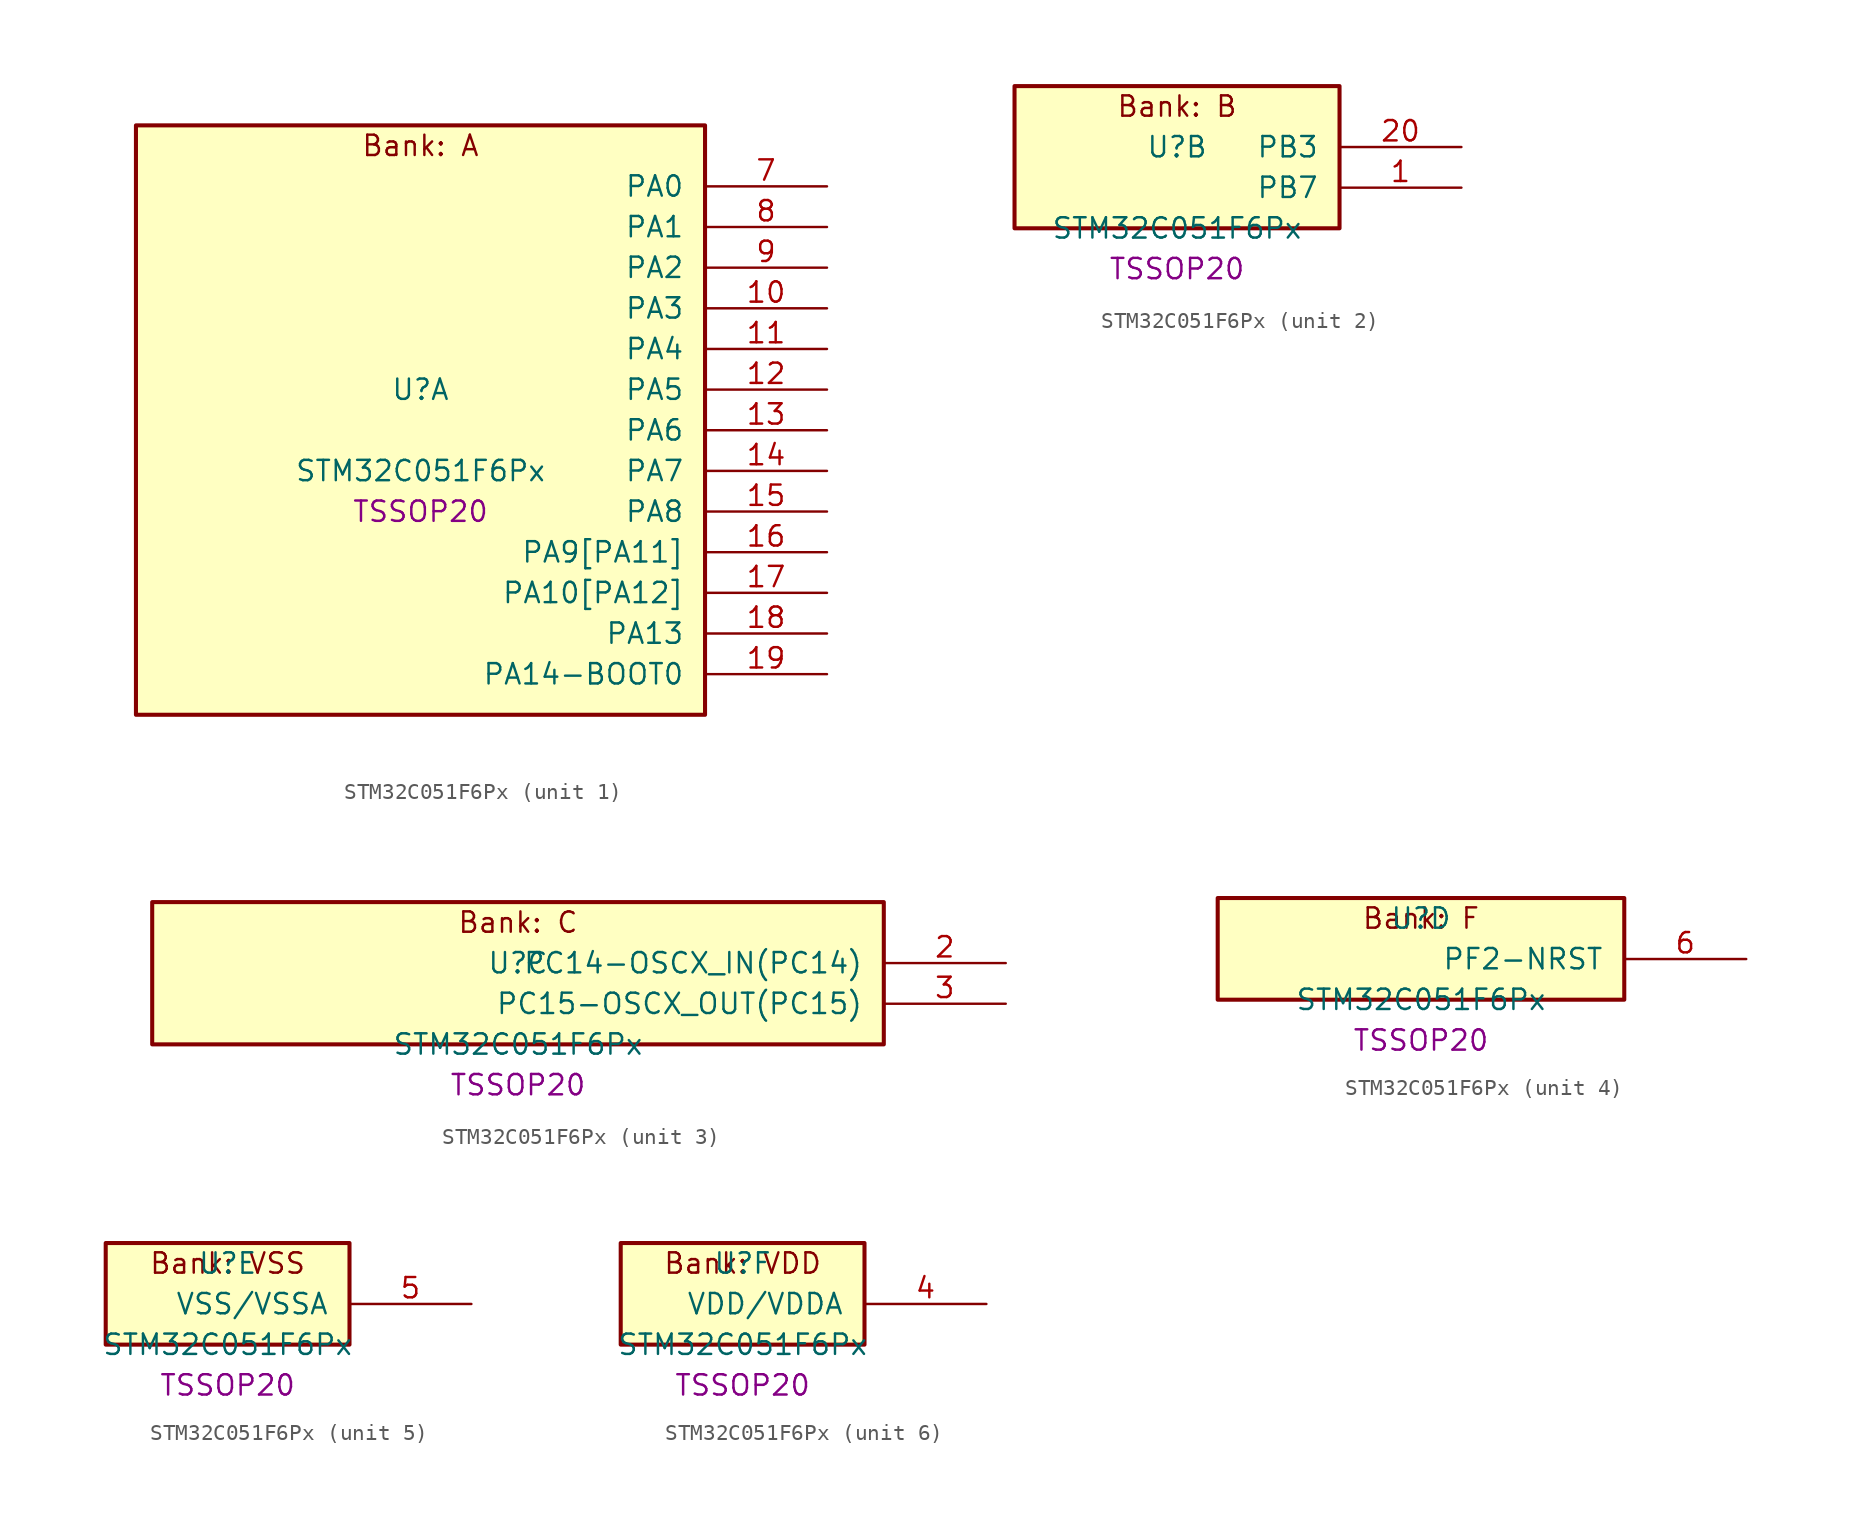
<source format=kicad_sym>
(kicad_symbol_lib
  (version 20241209)
  (generator "stm32_pkl_generator")
  (generator_version "1.0")
  (symbol "STM32C051F6Px"
    (pin_names
      (offset 1.27))
    (property "Reference" "U"
      (at 0 2.54 0))
    (property "Value" "STM32C051F6Px"
      (at 0 -2.54 0))
    (property "Footprint" "TSSOP20"
      (at 0 -5.08 0))
    (symbol "STM32C051F6Px_1_1"
      (rectangle (start -17.78 19.05) (end 17.78 -17.78) (stroke (width 0.254) (type solid)) (fill (type background)))
      (text "Bank: A" (at 0 17.78 0))
      (pin bidirectional line (at 25.4 15.24 180) (length 7.62) (name "PA0") (number "7") (alternate "PA0/ADC1_IN0" bidirectional line) (alternate "PA0/PWR_WKUP1" bidirectional line) (alternate "PA0/SPI2_SCK" bidirectional line) (alternate "PA0/TIM16_CH1" bidirectional line) (alternate "PA0/TIM1_CH1" bidirectional line) (alternate "PA0/TIM2_CH1" bidirectional line) (alternate "PA0/TIM2_ETR" bidirectional line) (alternate "PA0/USART1_TX" bidirectional line) (alternate "PA0/USART2_CTS" bidirectional line) (alternate "PA0/USART2_NSS" bidirectional line))
      (pin bidirectional line (at 25.4 12.7 180) (length 7.62) (name "PA1") (number "8") (alternate "PA1/ADC1_IN1" bidirectional line) (alternate "PA1/I2C1_SMBA" bidirectional line) (alternate "PA1/I2S1_CK" bidirectional line) (alternate "PA1/SPI1_SCK" bidirectional line) (alternate "PA1/TIM17_CH1" bidirectional line) (alternate "PA1/TIM1_CH2" bidirectional line) (alternate "PA1/TIM2_CH2" bidirectional line) (alternate "PA1/USART1_RX" bidirectional line) (alternate "PA1/USART2_CK" bidirectional line) (alternate "PA1/USART2_DE" bidirectional line) (alternate "PA1/USART2_RTS" bidirectional line))
      (pin bidirectional line (at 25.4 10.16 180) (length 7.62) (name "PA2") (number "9") (alternate "PA2/ADC1_IN2" bidirectional line) (alternate "PA2/I2S1_SD" bidirectional line) (alternate "PA2/PWR_WKUP4" bidirectional line) (alternate "PA2/RCC_LSCO" bidirectional line) (alternate "PA2/SPI1_MOSI" bidirectional line) (alternate "PA2/TIM16_CH1N" bidirectional line) (alternate "PA2/TIM1_CH3" bidirectional line) (alternate "PA2/TIM2_CH3" bidirectional line) (alternate "PA2/TIM3_ETR" bidirectional line) (alternate "PA2/USART2_TX" bidirectional line))
      (pin bidirectional line (at 25.4 7.62 180) (length 7.62) (name "PA3") (number "10") (alternate "PA3/ADC1_IN3" bidirectional line) (alternate "PA3/SPI2_MISO" bidirectional line) (alternate "PA3/TIM1_CH1N" bidirectional line) (alternate "PA3/TIM1_CH4" bidirectional line) (alternate "PA3/TIM2_CH4" bidirectional line) (alternate "PA3/USART2_RX" bidirectional line))
      (pin bidirectional line (at 25.4 5.08 180) (length 7.62) (name "PA4") (number "11") (alternate "PA4/ADC1_IN4" bidirectional line) (alternate "PA4/I2S1_WS" bidirectional line) (alternate "PA4/PWR_WKUP2" bidirectional line) (alternate "PA4/RTC_OUT1" bidirectional line) (alternate "PA4/RTC_TS" bidirectional line) (alternate "PA4/SPI1_NSS" bidirectional line) (alternate "PA4/SPI2_MOSI" bidirectional line) (alternate "PA4/TIM14_CH1" bidirectional line) (alternate "PA4/TIM17_CH1N" bidirectional line) (alternate "PA4/TIM1_CH2N" bidirectional line) (alternate "PA4/USART2_TX" bidirectional line))
      (pin bidirectional line (at 25.4 2.54 180) (length 7.62) (name "PA5") (number "12") (alternate "PA5/ADC1_IN5" bidirectional line) (alternate "PA5/I2S1_CK" bidirectional line) (alternate "PA5/SPI1_SCK" bidirectional line) (alternate "PA5/TIM1_CH1" bidirectional line) (alternate "PA5/TIM1_CH3N" bidirectional line) (alternate "PA5/TIM2_CH1" bidirectional line) (alternate "PA5/TIM2_ETR" bidirectional line) (alternate "PA5/USART2_RX" bidirectional line))
      (pin bidirectional line (at 25.4 0 180) (length 7.62) (name "PA6") (number "13") (alternate "PA6/ADC1_IN6" bidirectional line) (alternate "PA6/I2C2_SDA" bidirectional line) (alternate "PA6/I2S1_MCK" bidirectional line) (alternate "PA6/SPI1_MISO" bidirectional line) (alternate "PA6/TIM16_CH1" bidirectional line) (alternate "PA6/TIM1_BKIN" bidirectional line) (alternate "PA6/TIM3_CH1" bidirectional line) (alternate "PA6/USART1_TX" bidirectional line))
      (pin bidirectional line (at 25.4 -2.54 180) (length 7.62) (name "PA7") (number "14") (alternate "PA7/ADC1_IN7" bidirectional line) (alternate "PA7/I2C2_SCL" bidirectional line) (alternate "PA7/I2S1_SD" bidirectional line) (alternate "PA7/SPI1_MOSI" bidirectional line) (alternate "PA7/TIM14_CH1" bidirectional line) (alternate "PA7/TIM17_CH1" bidirectional line) (alternate "PA7/TIM1_CH1N" bidirectional line) (alternate "PA7/TIM3_CH2" bidirectional line) (alternate "PA7/USART1_RX" bidirectional line))
      (pin bidirectional line (at 25.4 -5.08 180) (length 7.62) (name "PA8") (number "15") (alternate "PA8/ADC1_IN8" bidirectional line) (alternate "PA8/I2S1_WS" bidirectional line) (alternate "PA8/RCC_MCO" bidirectional line) (alternate "PA8/RCC_MCO_2" bidirectional line) (alternate "PA8/SPI1_NSS" bidirectional line) (alternate "PA8/SPI2_MISO" bidirectional line) (alternate "PA8/SPI2_NSS" bidirectional line) (alternate "PA8/TIM14_CH1" bidirectional line) (alternate "PA8/TIM1_CH1" bidirectional line) (alternate "PA8/TIM1_CH2N" bidirectional line) (alternate "PA8/TIM1_CH3N" bidirectional line) (alternate "PA8/TIM3_CH3" bidirectional line) (alternate "PA8/TIM3_CH4" bidirectional line) (alternate "PA8/USART1_RX" bidirectional line) (alternate "PA8/USART2_TX" bidirectional line))
      (pin bidirectional line (at 25.4 -7.62 180) (length 7.62) (name "PA9[PA11]") (number "16") (alternate "PA9[PA11]/I2C1_SCL" bidirectional line) (alternate "PA9[PA11]/I2C2_SCL" bidirectional line) (alternate "PA9[PA11]/RCC_MCO" bidirectional line) (alternate "PA9[PA11]/SPI2_MISO" bidirectional line) (alternate "PA9[PA11]/TIM1_CH2" bidirectional line) (alternate "PA9[PA11]/TIM3_ETR" bidirectional line) (alternate "PA9[PA11]/USART1_TX" bidirectional line) (alternate "PA9[PA11]/PA11[PA9]" bidirectional line) (alternate "PA9[PA11]/ADC1_EXTI11" bidirectional line) (alternate "PA9[PA11]/ADC1_IN11" bidirectional line) (alternate "PA9[PA11]/I2S1_MCK" bidirectional line) (alternate "PA9[PA11]/SPI1_MISO" bidirectional line) (alternate "PA9[PA11]/TIM1_BKIN2" bidirectional line) (alternate "PA9[PA11]/TIM1_CH4" bidirectional line) (alternate "PA9[PA11]/USART1_CTS" bidirectional line) (alternate "PA9[PA11]/USART1_NSS" bidirectional line))
      (pin bidirectional line (at 25.4 -10.16 180) (length 7.62) (name "PA10[PA12]") (number "17") (alternate "PA10[PA12]/I2C1_SDA" bidirectional line) (alternate "PA10[PA12]/I2C2_SDA" bidirectional line) (alternate "PA10[PA12]/RCC_MCO_2" bidirectional line) (alternate "PA10[PA12]/SPI2_MOSI" bidirectional line) (alternate "PA10[PA12]/TIM17_BKIN" bidirectional line) (alternate "PA10[PA12]/TIM1_CH3" bidirectional line) (alternate "PA10[PA12]/USART1_RX" bidirectional line) (alternate "PA10[PA12]/PA12[PA10]" bidirectional line) (alternate "PA10[PA12]/ADC1_IN12" bidirectional line) (alternate "PA10[PA12]/I2S1_SD" bidirectional line) (alternate "PA10[PA12]/I2S_CKIN" bidirectional line) (alternate "PA10[PA12]/SPI1_MOSI" bidirectional line) (alternate "PA10[PA12]/TIM1_ETR" bidirectional line) (alternate "PA10[PA12]/USART1_CK" bidirectional line) (alternate "PA10[PA12]/USART1_DE" bidirectional line) (alternate "PA10[PA12]/USART1_RTS" bidirectional line))
      (pin bidirectional line (at 25.4 -12.7 180) (length 7.62) (name "PA13") (number "18") (alternate "PA13/ADC1_IN13" bidirectional line) (alternate "PA13/DEBUG_SWDIO" bidirectional line) (alternate "PA13/IR_OUT" bidirectional line) (alternate "PA13/TIM3_ETR" bidirectional line) (alternate "PA13/USART2_RX" bidirectional line))
      (pin bidirectional line (at 25.4 -15.24 180) (length 7.62) (name "PA14-BOOT0") (number "19") (alternate "PA14-BOOT0/ADC1_IN14" bidirectional line) (alternate "PA14-BOOT0/BOOT0" bidirectional line) (alternate "PA14-BOOT0/DEBUG_SWCLK" bidirectional line) (alternate "PA14-BOOT0/I2S1_WS" bidirectional line) (alternate "PA14-BOOT0/RCC_MCO_2" bidirectional line) (alternate "PA14-BOOT0/SPI1_NSS" bidirectional line) (alternate "PA14-BOOT0/TIM1_CH1" bidirectional line) (alternate "PA14-BOOT0/USART1_CK" bidirectional line) (alternate "PA14-BOOT0/USART1_DE" bidirectional line) (alternate "PA14-BOOT0/USART1_RTS" bidirectional line) (alternate "PA14-BOOT0/USART2_RX" bidirectional line) (alternate "PA14-BOOT0/USART2_TX" bidirectional line) (alternate "PA14-BOOT0/PA15" bidirectional line) (alternate "PA14-BOOT0/TIM2_CH1" bidirectional line) (alternate "PA14-BOOT0/TIM2_ETR" bidirectional line)))
    (symbol "STM32C051F6Px_2_1"
      (rectangle (start -10.16 6.35) (end 10.16 -2.54) (stroke (width 0.254) (type solid)) (fill (type background)))
      (text "Bank: B" (at 0 5.08 0))
      (pin bidirectional line (at 17.78 2.54 180) (length 7.62) (name "PB3") (number "20") (alternate "PB3/I2C2_SCL" bidirectional line) (alternate "PB3/I2S1_CK" bidirectional line) (alternate "PB3/SPI1_SCK" bidirectional line) (alternate "PB3/TIM1_CH2" bidirectional line) (alternate "PB3/TIM2_CH2" bidirectional line) (alternate "PB3/TIM3_CH2" bidirectional line) (alternate "PB3/USART1_CK" bidirectional line) (alternate "PB3/USART1_DE" bidirectional line) (alternate "PB3/USART1_RTS" bidirectional line) (alternate "PB3/PB4" bidirectional line) (alternate "PB3/I2C2_SDA" bidirectional line) (alternate "PB3/I2S1_MCK" bidirectional line) (alternate "PB3/SPI1_MISO" bidirectional line) (alternate "PB3/TIM17_BKIN" bidirectional line) (alternate "PB3/TIM3_CH1" bidirectional line) (alternate "PB3/USART1_CTS" bidirectional line) (alternate "PB3/USART1_NSS" bidirectional line) (alternate "PB3/PB5" bidirectional line) (alternate "PB3/I2C1_SMBA" bidirectional line) (alternate "PB3/I2S1_SD" bidirectional line) (alternate "PB3/PWR_WKUP6" bidirectional line) (alternate "PB3/SPI1_MOSI" bidirectional line) (alternate "PB3/TIM16_BKIN" bidirectional line) (alternate "PB3/TIM3_CH3" bidirectional line) (alternate "PB3/PB6" bidirectional line) (alternate "PB3/I2C1_SCL" bidirectional line) (alternate "PB3/PWR_WKUP3" bidirectional line) (alternate "PB3/SPI2_MISO" bidirectional line) (alternate "PB3/TIM16_CH1N" bidirectional line) (alternate "PB3/TIM1_CH3" bidirectional line) (alternate "PB3/USART1_TX" bidirectional line))
      (pin bidirectional line (at 17.78 0 180) (length 7.62) (name "PB7") (number "1") (alternate "PB7/I2C1_SCL" bidirectional line) (alternate "PB7/I2C1_SDA" bidirectional line) (alternate "PB7/RTC_REFIN" bidirectional line) (alternate "PB7/SPI2_MOSI" bidirectional line) (alternate "PB7/TIM16_CH1" bidirectional line) (alternate "PB7/TIM17_CH1N" bidirectional line) (alternate "PB7/TIM1_CH1" bidirectional line) (alternate "PB7/TIM1_CH4" bidirectional line) (alternate "PB7/TIM3_CH1" bidirectional line) (alternate "PB7/TIM3_CH4" bidirectional line) (alternate "PB7/USART1_RX" bidirectional line) (alternate "PB7/USART2_CTS" bidirectional line) (alternate "PB7/USART2_NSS" bidirectional line) (alternate "PB7/PB8" bidirectional line) (alternate "PB7/SPI2_SCK" bidirectional line)))
    (symbol "STM32C051F6Px_3_1"
      (rectangle (start -22.86 6.35) (end 22.86 -2.54) (stroke (width 0.254) (type solid)) (fill (type background)))
      (text "Bank: C" (at 0 5.08 0))
      (pin bidirectional line (at 30.48 2.54 180) (length 7.62) (name "PC14-OSCX_IN(PC14)") (number "2") (alternate "PC14-OSCX_IN(PC14)/I2C1_SDA" bidirectional line) (alternate "PC14-OSCX_IN(PC14)/IR_OUT" bidirectional line) (alternate "PC14-OSCX_IN(PC14)/RCC_OSCX_IN" bidirectional line) (alternate "PC14-OSCX_IN(PC14)/SPI2_NSS" bidirectional line) (alternate "PC14-OSCX_IN(PC14)/TIM17_CH1" bidirectional line) (alternate "PC14-OSCX_IN(PC14)/TIM1_BKIN2" bidirectional line) (alternate "PC14-OSCX_IN(PC14)/TIM1_ETR" bidirectional line) (alternate "PC14-OSCX_IN(PC14)/TIM3_CH2" bidirectional line) (alternate "PC14-OSCX_IN(PC14)/USART1_RX" bidirectional line) (alternate "PC14-OSCX_IN(PC14)/USART1_TX" bidirectional line) (alternate "PC14-OSCX_IN(PC14)/USART2_CK" bidirectional line) (alternate "PC14-OSCX_IN(PC14)/USART2_DE" bidirectional line) (alternate "PC14-OSCX_IN(PC14)/USART2_RTS" bidirectional line))
      (pin bidirectional line (at 30.48 0 180) (length 7.62) (name "PC15-OSCX_OUT(PC15)") (number "3") (alternate "PC15-OSCX_OUT(PC15)/RCC_OSC32_EN" bidirectional line) (alternate "PC15-OSCX_OUT(PC15)/RCC_OSCX_OUT" bidirectional line) (alternate "PC15-OSCX_OUT(PC15)/RCC_OSC_EN" bidirectional line) (alternate "PC15-OSCX_OUT(PC15)/TIM1_CH2" bidirectional line) (alternate "PC15-OSCX_OUT(PC15)/TIM1_ETR" bidirectional line) (alternate "PC15-OSCX_OUT(PC15)/TIM3_CH3" bidirectional line)))
    (symbol "STM32C051F6Px_4_1"
      (rectangle (start -12.7 3.81) (end 12.7 -2.54) (stroke (width 0.254) (type solid)) (fill (type background)))
      (text "Bank: F" (at 0 2.54 0))
      (pin bidirectional line (at 20.32 0 180) (length 7.62) (name "PF2-NRST") (number "6") (alternate "PF2-NRST/RCC_MCO" bidirectional line) (alternate "PF2-NRST/TIM1_CH4" bidirectional line)))
    (symbol "STM32C051F6Px_5_1"
      (rectangle (start -7.62 3.81) (end 7.62 -2.54) (stroke (width 0.254) (type solid)) (fill (type background)))
      (text "Bank: VSS" (at 0 2.54 0))
      (pin power_in line (at 15.24 0 180) (length 7.62) (name "VSS/VSSA") (number "5")))
    (symbol "STM32C051F6Px_6_1"
      (rectangle (start -7.62 3.81) (end 7.62 -2.54) (stroke (width 0.254) (type solid)) (fill (type background)))
      (text "Bank: VDD" (at 0 2.54 0))
      (pin power_in line (at 15.24 0 180) (length 7.62) (name "VDD/VDDA") (number "4")))))
</source>
